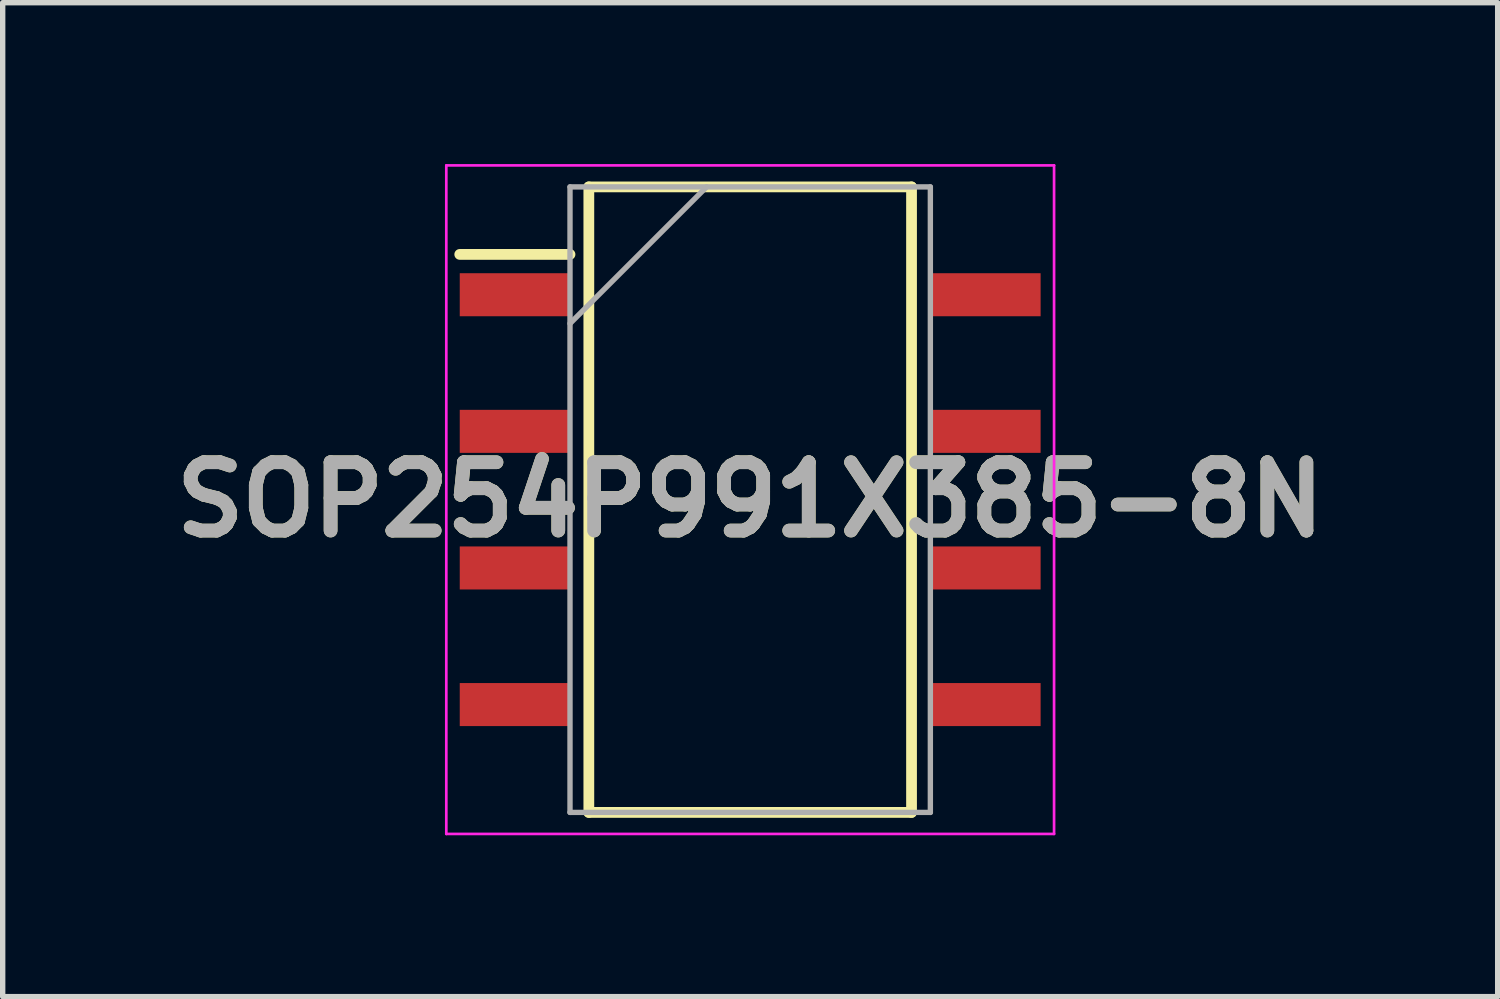
<source format=kicad_pcb>
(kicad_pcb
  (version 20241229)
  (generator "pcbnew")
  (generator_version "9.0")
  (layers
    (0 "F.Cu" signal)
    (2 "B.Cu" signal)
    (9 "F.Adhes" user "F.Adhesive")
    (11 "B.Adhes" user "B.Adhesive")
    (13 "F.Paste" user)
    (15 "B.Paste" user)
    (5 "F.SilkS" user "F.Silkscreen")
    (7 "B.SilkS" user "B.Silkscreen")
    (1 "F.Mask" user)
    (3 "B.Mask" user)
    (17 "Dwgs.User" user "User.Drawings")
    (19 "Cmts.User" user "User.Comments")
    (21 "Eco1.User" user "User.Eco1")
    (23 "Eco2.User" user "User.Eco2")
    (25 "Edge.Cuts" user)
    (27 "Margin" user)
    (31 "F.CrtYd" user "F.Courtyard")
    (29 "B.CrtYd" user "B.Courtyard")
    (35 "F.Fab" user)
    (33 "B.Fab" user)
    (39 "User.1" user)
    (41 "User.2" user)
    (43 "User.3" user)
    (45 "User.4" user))
  (footprint "SOP254P991X385-8N"
    (layer "F.Cu")
    (at 10.898 6.24)
    (property "Reference" "SOP254P991X385-8N" (at 0 0 0) (layer "F.SilkS") (effects (font (size 1.27 1.27) (thickness 0.254))))
    (attr smd)
    (fp_line (start -5.4 -4.56) (end -3.35 -4.56) (stroke (width 0.2) (type solid)) (layer "F.SilkS"))
    (fp_line (start -3 -5.815) (end 3 -5.815) (stroke (width 0.2) (type solid)) (layer "F.SilkS"))
    (fp_line (start -3 5.815) (end -3 -5.815) (stroke (width 0.2) (type solid)) (layer "F.SilkS"))
    (fp_line (start 3 -5.815) (end 3 5.815) (stroke (width 0.2) (type solid)) (layer "F.SilkS"))
    (fp_line (start 3 5.815) (end -3 5.815) (stroke (width 0.2) (type solid)) (layer "F.SilkS"))
    (fp_line (start -5.65 -6.215) (end 5.65 -6.215) (stroke (width 0.05) (type solid)) (layer "F.CrtYd"))
    (fp_line (start -5.65 6.215) (end -5.65 -6.215) (stroke (width 0.05) (type solid)) (layer "F.CrtYd"))
    (fp_line (start 5.65 -6.215) (end 5.65 6.215) (stroke (width 0.05) (type solid)) (layer "F.CrtYd"))
    (fp_line (start 5.65 6.215) (end -5.65 6.215) (stroke (width 0.05) (type solid)) (layer "F.CrtYd"))
    (fp_line (start -3.35 -5.815) (end 3.35 -5.815) (stroke (width 0.1) (type solid)) (layer "F.Fab"))
    (fp_line (start -3.35 -3.275) (end -0.81 -5.815) (stroke (width 0.1) (type solid)) (layer "F.Fab"))
    (fp_line (start -3.35 5.815) (end -3.35 -5.815) (stroke (width 0.1) (type solid)) (layer "F.Fab"))
    (fp_line (start 3.35 -5.815) (end 3.35 5.815) (stroke (width 0.1) (type solid)) (layer "F.Fab"))
    (fp_line (start 3.35 5.815) (end -3.35 5.815) (stroke (width 0.1) (type solid)) (layer "F.Fab"))
    (fp_text user "${REFERENCE}" (at 0 0 0) (layer "F.Fab") (effects (font (size 1.27 1.27) (thickness 0.254))))
    (pad "1" smd rect (at -4.375 -3.81 90) (size 0.8 2.05) (layers "F.Cu" "F.Mask" "F.Paste"))
    (pad "2" smd rect (at -4.375 -1.27 90) (size 0.8 2.05) (layers "F.Cu" "F.Mask" "F.Paste"))
    (pad "3" smd rect (at -4.375 1.27 90) (size 0.8 2.05) (layers "F.Cu" "F.Mask" "F.Paste"))
    (pad "4" smd rect (at -4.375 3.81 90) (size 0.8 2.05) (layers "F.Cu" "F.Mask" "F.Paste"))
    (pad "5" smd rect (at 4.375 3.81 90) (size 0.8 2.05) (layers "F.Cu" "F.Mask" "F.Paste"))
    (pad "6" smd rect (at 4.375 1.27 90) (size 0.8 2.05) (layers "F.Cu" "F.Mask" "F.Paste"))
    (pad "7" smd rect (at 4.375 -1.27 90) (size 0.8 2.05) (layers "F.Cu" "F.Mask" "F.Paste"))
    (pad "8" smd rect (at 4.375 -3.81 90) (size 0.8 2.05) (layers "F.Cu" "F.Mask" "F.Paste")))
  (gr_rect
    (start -3 -3)
    (end 24.796 15.48)
    (stroke (width 0.1) (type default))
    (fill no)
    (layer "Edge.Cuts")))
</source>
